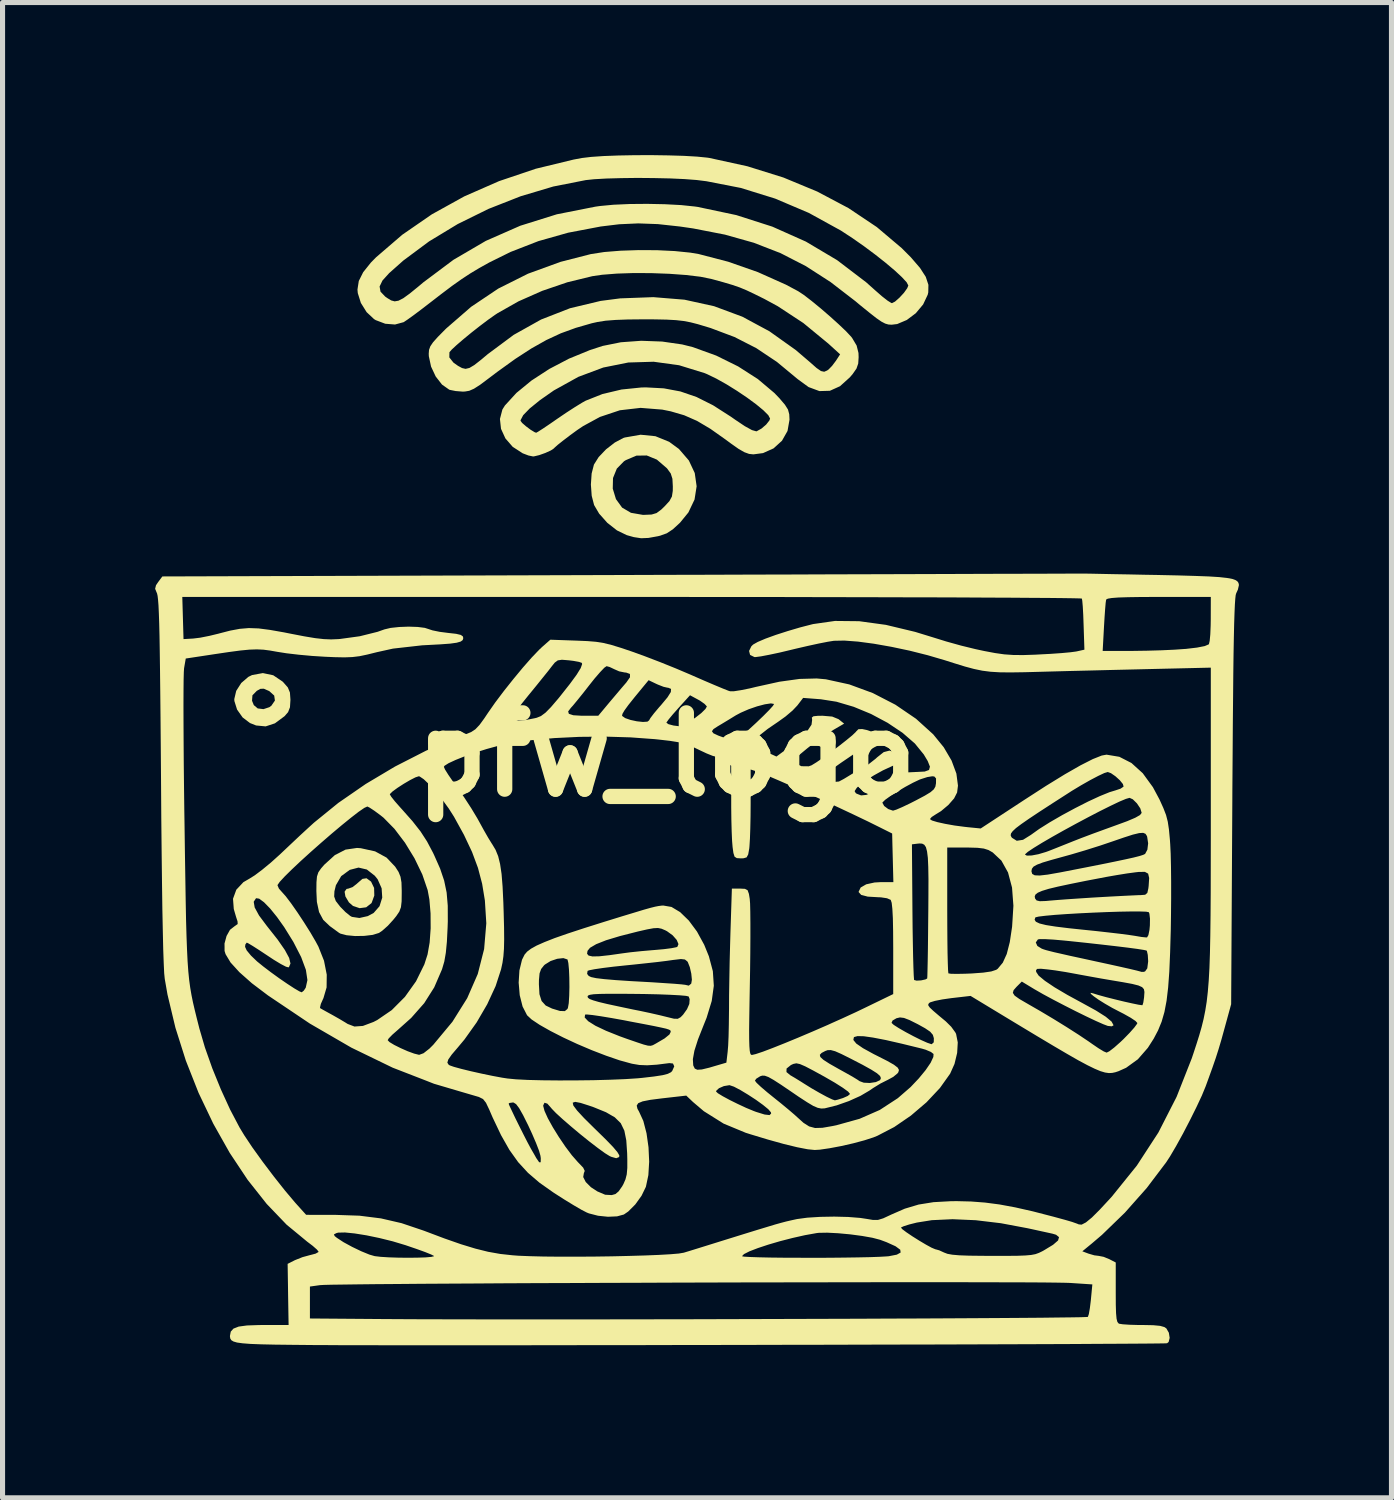
<source format=kicad_pcb>
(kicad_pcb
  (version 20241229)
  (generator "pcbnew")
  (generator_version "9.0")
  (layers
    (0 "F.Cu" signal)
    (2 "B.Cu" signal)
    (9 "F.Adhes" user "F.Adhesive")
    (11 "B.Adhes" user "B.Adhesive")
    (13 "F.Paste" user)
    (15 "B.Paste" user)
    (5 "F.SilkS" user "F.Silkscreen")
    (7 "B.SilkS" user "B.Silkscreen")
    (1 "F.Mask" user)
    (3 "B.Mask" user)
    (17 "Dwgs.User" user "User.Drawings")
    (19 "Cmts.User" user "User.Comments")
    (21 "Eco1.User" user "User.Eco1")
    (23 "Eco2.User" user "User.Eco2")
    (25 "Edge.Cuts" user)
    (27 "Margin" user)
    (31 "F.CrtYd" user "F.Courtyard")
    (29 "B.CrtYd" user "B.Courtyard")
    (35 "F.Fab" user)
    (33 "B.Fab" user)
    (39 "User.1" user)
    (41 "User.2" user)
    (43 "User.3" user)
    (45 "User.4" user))
  (footprint "pfw_logo"
    (layer "F.Cu")
    (at 10.051 11.787)
    (property "Reference" "pfw_logo" (at 0 0 0) (layer "F.SilkS") (effects (font (size 1.5 1.5) (thickness 0.3))))
    (attr board_only exclude_from_pos_files exclude_from_bom)
    (fp_poly (pts (xy -5.813 2.49) (xy -5.804 2.499) (xy -5.746 2.62) (xy -5.742 2.77) (xy -5.793 2.91) (xy -5.8 2.921) (xy -5.902 3.001) (xy -6.031 3.018) (xy -6.161 2.974) (xy -6.241 2.904) (xy -6.31 2.788) (xy -6.326 2.694) (xy -6.288 2.64) (xy -6.251 2.633) (xy -6.17 2.604) (xy -6.079 2.533) (xy -6.074 2.527) (xy -5.975 2.442) (xy -5.895 2.43)) (stroke (width 0) (type solid)) (fill yes) (layer "F.SilkS"))
    (fp_poly (pts (xy -7.729 -1.561) (xy -7.545 -1.437) (xy -7.532 -1.424) (xy -7.442 -1.321) (xy -7.401 -1.222) (xy -7.391 -1.085) (xy -7.391 -1.074) (xy -7.4 -0.932) (xy -7.437 -0.836) (xy -7.507 -0.756) (xy -7.696 -0.616) (xy -7.878 -0.556) (xy -8.066 -0.574) (xy -8.187 -0.622) (xy -8.331 -0.732) (xy -8.44 -0.886) (xy -8.493 -1.055) (xy -8.493 -1.06) (xy -8.146 -1.06) (xy -8.111 -0.974) (xy -8.034 -0.909) (xy -7.921 -0.895) (xy -7.804 -0.934) (xy -7.766 -0.962) (xy -7.696 -1.064) (xy -7.71 -1.162) (xy -7.805 -1.248) (xy -7.819 -1.255) (xy -7.915 -1.297) (xy -7.982 -1.294) (xy -8.052 -1.255) (xy -8.138 -1.167) (xy -8.146 -1.06) (xy -8.493 -1.06) (xy -8.495 -1.092) (xy -8.457 -1.254) (xy -8.358 -1.409) (xy -8.219 -1.529) (xy -8.146 -1.565) (xy -7.933 -1.604)) (stroke (width 0) (type solid)) (fill yes) (layer "F.SilkS"))
    (fp_poly (pts (xy -0.215 -6.261) (xy 0.055 -6.151) (xy 0.248 -6.009) (xy 0.442 -5.784) (xy 0.558 -5.537) (xy 0.595 -5.277) (xy 0.554 -5.016) (xy 0.433 -4.762) (xy 0.269 -4.561) (xy 0.128 -4.431) (xy 0.008 -4.352) (xy -0.123 -4.305) (xy -0.169 -4.294) (xy -0.353 -4.261) (xy -0.496 -4.255) (xy -0.64 -4.277) (xy -0.779 -4.316) (xy -0.971 -4.409) (xy -1.161 -4.558) (xy -1.322 -4.739) (xy -1.421 -4.908) (xy -1.468 -5.09) (xy -1.478 -5.23) (xy -1.054 -5.23) (xy -0.991 -5.024) (xy -0.87 -4.857) (xy -0.696 -4.755) (xy -0.465 -4.715) (xy -0.43 -4.715) (xy -0.29 -4.721) (xy -0.193 -4.75) (xy -0.101 -4.818) (xy -0.037 -4.88) (xy 0.06 -4.985) (xy 0.109 -5.075) (xy 0.126 -5.186) (xy 0.127 -5.274) (xy 0.119 -5.424) (xy 0.086 -5.528) (xy 0.016 -5.624) (xy 0.006 -5.635) (xy -0.187 -5.801) (xy -0.385 -5.882) (xy -0.589 -5.879) (xy -0.798 -5.79) (xy -0.833 -5.768) (xy -0.974 -5.624) (xy -1.049 -5.439) (xy -1.054 -5.23) (xy -1.478 -5.23) (xy -1.484 -5.31) (xy -1.469 -5.528) (xy -1.424 -5.703) (xy -1.331 -5.851) (xy -1.186 -6.003) (xy -1.015 -6.136) (xy -0.847 -6.226) (xy -0.815 -6.236) (xy -0.506 -6.29)) (stroke (width 0) (type solid)) (fill yes) (layer "F.SilkS"))
    (fp_poly (pts (xy -6.009 1.839) (xy -5.727 1.901) (xy -5.501 2.024) (xy -5.332 2.202) (xy -5.265 2.306) (xy -5.227 2.4) (xy -5.208 2.512) (xy -5.203 2.674) (xy -5.203 2.716) (xy -5.205 2.885) (xy -5.218 2.999) (xy -5.25 3.085) (xy -5.31 3.174) (xy -5.366 3.243) (xy -5.476 3.364) (xy -5.588 3.463) (xy -5.65 3.505) (xy -5.773 3.543) (xy -5.94 3.563) (xy -6.121 3.566) (xy -6.287 3.55) (xy -6.409 3.518) (xy -6.435 3.503) (xy -6.538 3.428) (xy -6.616 3.371) (xy -6.746 3.248) (xy -6.828 3.095) (xy -6.871 2.895) (xy -6.876 2.789) (xy -6.531 2.789) (xy -6.499 2.878) (xy -6.415 2.986) (xy -6.41 2.992) (xy -6.31 3.094) (xy -6.216 3.17) (xy -6.182 3.189) (xy -6.035 3.211) (xy -5.87 3.174) (xy -5.755 3.112) (xy -5.639 2.979) (xy -5.586 2.81) (xy -5.598 2.627) (xy -5.676 2.451) (xy -5.733 2.38) (xy -5.889 2.258) (xy -6.052 2.22) (xy -6.225 2.265) (xy -6.393 2.388) (xy -6.497 2.567) (xy -6.526 2.686) (xy -6.531 2.789) (xy -6.876 2.789) (xy -6.881 2.682) (xy -6.879 2.509) (xy -6.869 2.395) (xy -6.842 2.313) (xy -6.79 2.238) (xy -6.725 2.163) (xy -6.518 1.975) (xy -6.308 1.867) (xy -6.083 1.834)) (stroke (width 0) (type solid)) (fill yes) (layer "F.SilkS"))
    (fp_poly (pts (xy -0.083 -8.122) (xy 0.311 -8.065) (xy 0.522 -8.012) (xy 0.98 -7.846) (xy 1.411 -7.633) (xy 1.798 -7.385) (xy 2.123 -7.111) (xy 2.224 -7.006) (xy 2.331 -6.88) (xy 2.391 -6.785) (xy 2.416 -6.692) (xy 2.421 -6.585) (xy 2.382 -6.364) (xy 2.273 -6.172) (xy 2.108 -6.022) (xy 1.901 -5.929) (xy 1.711 -5.904) (xy 1.626 -5.913) (xy 1.535 -5.946) (xy 1.422 -6.01) (xy 1.27 -6.117) (xy 1.163 -6.196) (xy 0.866 -6.406) (xy 0.603 -6.562) (xy 0.35 -6.673) (xy 0.086 -6.75) (xy -0.082 -6.784) (xy -0.507 -6.818) (xy -0.914 -6.771) (xy -1.306 -6.64) (xy -1.635 -6.461) (xy -1.754 -6.381) (xy -1.891 -6.281) (xy -2.025 -6.179) (xy -2.136 -6.091) (xy -2.203 -6.031) (xy -2.21 -6.022) (xy -2.271 -5.981) (xy -2.379 -5.932) (xy -2.5 -5.889) (xy -2.6 -5.865) (xy -2.621 -5.863) (xy -2.712 -5.882) (xy -2.825 -5.925) (xy -3.021 -6.052) (xy -3.165 -6.218) (xy -3.251 -6.406) (xy -3.268 -6.564) (xy -2.867 -6.564) (xy -2.836 -6.522) (xy -2.76 -6.456) (xy -2.669 -6.388) (xy -2.59 -6.34) (xy -2.559 -6.329) (xy -2.518 -6.352) (xy -2.423 -6.413) (xy -2.288 -6.504) (xy -2.151 -6.599) (xy -1.973 -6.72) (xy -1.8 -6.832) (xy -1.657 -6.92) (xy -1.587 -6.959) (xy -1.257 -7.09) (xy -0.882 -7.179) (xy -0.492 -7.219) (xy -0.403 -7.221) (xy -0.05 -7.202) (xy 0.276 -7.141) (xy 0.593 -7.032) (xy 0.918 -6.869) (xy 1.271 -6.643) (xy 1.352 -6.586) (xy 1.543 -6.458) (xy 1.683 -6.381) (xy 1.768 -6.357) (xy 1.777 -6.359) (xy 1.87 -6.411) (xy 1.963 -6.491) (xy 2.026 -6.571) (xy 2.039 -6.608) (xy 2.004 -6.674) (xy 1.907 -6.771) (xy 1.764 -6.889) (xy 1.586 -7.02) (xy 1.387 -7.154) (xy 1.181 -7.282) (xy 0.981 -7.394) (xy 0.801 -7.481) (xy 0.753 -7.501) (xy 0.251 -7.656) (xy -0.25 -7.725) (xy -0.748 -7.71) (xy -1.241 -7.611) (xy -1.73 -7.428) (xy -2.212 -7.161) (xy -2.485 -6.97) (xy -2.687 -6.806) (xy -2.815 -6.674) (xy -2.866 -6.577) (xy -2.867 -6.564) (xy -3.268 -6.564) (xy -3.272 -6.6) (xy -3.224 -6.785) (xy -3.175 -6.864) (xy -2.948 -7.112) (xy -2.652 -7.355) (xy -2.302 -7.583) (xy -1.914 -7.786) (xy -1.504 -7.954) (xy -1.252 -8.036) (xy -0.895 -8.108) (xy -0.495 -8.137)) (stroke (width 0) (type solid)) (fill yes) (layer "F.SilkS"))
    (fp_poly (pts (xy -0.181 -9.918) (xy 0.166 -9.901) (xy 0.472 -9.87) (xy 0.637 -9.842) (xy 1.217 -9.691) (xy 1.799 -9.487) (xy 2.349 -9.241) (xy 2.591 -9.112) (xy 2.703 -9.038) (xy 2.856 -8.92) (xy 3.033 -8.775) (xy 3.216 -8.617) (xy 3.389 -8.461) (xy 3.534 -8.323) (xy 3.634 -8.216) (xy 3.653 -8.191) (xy 3.741 -8.043) (xy 3.777 -7.897) (xy 3.78 -7.815) (xy 3.772 -7.69) (xy 3.738 -7.591) (xy 3.664 -7.485) (xy 3.608 -7.419) (xy 3.414 -7.244) (xy 3.215 -7.154) (xy 3.009 -7.148) (xy 2.796 -7.227) (xy 2.582 -7.383) (xy 2.173 -7.722) (xy 1.767 -7.993) (xy 1.34 -8.211) (xy 0.869 -8.388) (xy 0.62 -8.463) (xy 0.476 -8.5) (xy 0.339 -8.526) (xy 0.189 -8.543) (xy 0.008 -8.553) (xy -0.224 -8.558) (xy -0.446 -8.559) (xy -0.756 -8.556) (xy -0.999 -8.547) (xy -1.193 -8.532) (xy -1.353 -8.507) (xy -1.465 -8.482) (xy -1.781 -8.391) (xy -2.075 -8.284) (xy -2.361 -8.151) (xy -2.654 -7.986) (xy -2.97 -7.781) (xy -3.324 -7.526) (xy -3.5 -7.393) (xy -3.663 -7.271) (xy -3.782 -7.195) (xy -3.875 -7.154) (xy -3.963 -7.139) (xy -4.009 -7.138) (xy -4.143 -7.149) (xy -4.253 -7.171) (xy -4.269 -7.176) (xy -4.411 -7.276) (xy -4.535 -7.435) (xy -4.626 -7.629) (xy -4.665 -7.81) (xy -4.267 -7.81) (xy -4.186 -7.708) (xy -4.096 -7.644) (xy -4.017 -7.601) (xy -3.948 -7.585) (xy -3.872 -7.603) (xy -3.776 -7.66) (xy -3.643 -7.764) (xy -3.512 -7.874) (xy -3.001 -8.254) (xy -2.463 -8.555) (xy -1.894 -8.777) (xy -1.292 -8.921) (xy -0.907 -8.971) (xy -0.257 -8.995) (xy 0.356 -8.945) (xy 0.938 -8.817) (xy 1.493 -8.611) (xy 2.026 -8.324) (xy 2.543 -7.956) (xy 2.825 -7.715) (xy 2.953 -7.602) (xy 3.04 -7.542) (xy 3.103 -7.528) (xy 3.161 -7.553) (xy 3.189 -7.573) (xy 3.258 -7.644) (xy 3.334 -7.745) (xy 3.336 -7.748) (xy 3.416 -7.871) (xy 3.184 -8.082) (xy 2.693 -8.486) (xy 2.191 -8.816) (xy 1.924 -8.961) (xy 1.73 -9.057) (xy 1.578 -9.129) (xy 1.444 -9.185) (xy 1.302 -9.234) (xy 1.127 -9.286) (xy 0.895 -9.35) (xy 0.892 -9.351) (xy 0.672 -9.396) (xy 0.388 -9.43) (xy 0.061 -9.454) (xy -0.289 -9.467) (xy -0.64 -9.469) (xy -0.972 -9.458) (xy -1.264 -9.435) (xy -1.456 -9.407) (xy -1.948 -9.287) (xy -2.44 -9.119) (xy -2.906 -8.913) (xy -3.318 -8.68) (xy -3.368 -8.647) (xy -3.505 -8.55) (xy -3.664 -8.43) (xy -3.831 -8.299) (xy -3.989 -8.169) (xy -4.124 -8.053) (xy -4.221 -7.963) (xy -4.265 -7.912) (xy -4.265 -7.911) (xy -4.267 -7.81) (xy -4.665 -7.81) (xy -4.67 -7.834) (xy -4.672 -7.884) (xy -4.666 -7.959) (xy -4.641 -8.028) (xy -4.587 -8.108) (xy -4.493 -8.213) (xy -4.349 -8.359) (xy -4.322 -8.385) (xy -3.837 -8.806) (xy -3.305 -9.163) (xy -2.72 -9.456) (xy -2.08 -9.689) (xy -1.487 -9.841) (xy -1.223 -9.882) (xy -0.901 -9.908) (xy -0.545 -9.92)) (stroke (width 0) (type solid)) (fill yes) (layer "F.SilkS"))
    (fp_poly (pts (xy 0.039 -11.782) (xy 0.343 -11.773) (xy 0.603 -11.758) (xy 0.803 -11.738) (xy 0.849 -11.731) (xy 1.593 -11.568) (xy 2.301 -11.347) (xy 2.966 -11.071) (xy 3.58 -10.746) (xy 4.137 -10.373) (xy 4.628 -9.958) (xy 4.808 -9.777) (xy 4.987 -9.569) (xy 5.1 -9.394) (xy 5.152 -9.237) (xy 5.149 -9.087) (xy 5.138 -9.042) (xy 5.048 -8.851) (xy 4.904 -8.679) (xy 4.727 -8.546) (xy 4.538 -8.466) (xy 4.429 -8.453) (xy 4.366 -8.457) (xy 4.303 -8.475) (xy 4.228 -8.514) (xy 4.128 -8.583) (xy 3.993 -8.689) (xy 3.809 -8.838) (xy 3.717 -8.915) (xy 3.228 -9.292) (xy 2.742 -9.605) (xy 2.245 -9.86) (xy 1.72 -10.064) (xy 1.152 -10.224) (xy 0.526 -10.346) (xy 0.264 -10.384) (xy -0.167 -10.431) (xy -0.553 -10.445) (xy -0.927 -10.428) (xy -1.29 -10.384) (xy -1.931 -10.262) (xy -2.514 -10.097) (xy -3.062 -9.884) (xy -3.483 -9.676) (xy -3.68 -9.566) (xy -3.855 -9.461) (xy -4.027 -9.348) (xy -4.215 -9.215) (xy -4.436 -9.048) (xy -4.63 -8.898) (xy -4.804 -8.764) (xy -4.961 -8.646) (xy -5.086 -8.556) (xy -5.162 -8.505) (xy -5.169 -8.502) (xy -5.335 -8.457) (xy -5.527 -8.472) (xy -5.714 -8.543) (xy -5.748 -8.564) (xy -5.893 -8.7) (xy -6.006 -8.881) (xy -6.067 -9.075) (xy -6.073 -9.144) (xy -6.064 -9.204) (xy -5.638 -9.204) (xy -5.62 -9.103) (xy -5.529 -9.007) (xy -5.485 -8.976) (xy -5.411 -8.931) (xy -5.342 -8.912) (xy -5.267 -8.925) (xy -5.172 -8.974) (xy -5.045 -9.066) (xy -4.873 -9.206) (xy -4.778 -9.286) (xy -4.186 -9.729) (xy -3.55 -10.101) (xy -2.872 -10.399) (xy -2.153 -10.624) (xy -1.395 -10.774) (xy -1.303 -10.787) (xy -1.038 -10.812) (xy -0.721 -10.826) (xy -0.376 -10.829) (xy -0.03 -10.822) (xy 0.29 -10.805) (xy 0.559 -10.777) (xy 0.616 -10.769) (xy 1.376 -10.608) (xy 2.084 -10.381) (xy 2.743 -10.087) (xy 3.356 -9.723) (xy 3.926 -9.289) (xy 4.111 -9.124) (xy 4.239 -9.012) (xy 4.349 -8.926) (xy 4.422 -8.881) (xy 4.436 -8.877) (xy 4.496 -8.908) (xy 4.582 -8.984) (xy 4.67 -9.079) (xy 4.735 -9.17) (xy 4.757 -9.224) (xy 4.724 -9.287) (xy 4.631 -9.388) (xy 4.49 -9.519) (xy 4.311 -9.67) (xy 4.106 -9.832) (xy 3.886 -9.996) (xy 3.662 -10.153) (xy 3.445 -10.295) (xy 3.433 -10.303) (xy 2.801 -10.651) (xy 2.14 -10.932) (xy 1.464 -11.142) (xy 0.787 -11.274) (xy 0.595 -11.298) (xy 0.359 -11.316) (xy 0.074 -11.329) (xy -0.243 -11.336) (xy -0.571 -11.339) (xy -0.89 -11.335) (xy -1.181 -11.327) (xy -1.425 -11.313) (xy -1.585 -11.296) (xy -2.223 -11.17) (xy -2.866 -10.978) (xy -3.497 -10.73) (xy -4.102 -10.432) (xy -4.665 -10.091) (xy -5.172 -9.714) (xy -5.451 -9.466) (xy -5.582 -9.321) (xy -5.638 -9.204) (xy -6.064 -9.204) (xy -6.047 -9.313) (xy -5.961 -9.485) (xy -5.809 -9.675) (xy -5.708 -9.778) (xy -5.192 -10.222) (xy -4.611 -10.623) (xy -3.973 -10.976) (xy -3.289 -11.276) (xy -2.569 -11.519) (xy -1.823 -11.7) (xy -1.657 -11.731) (xy -1.48 -11.752) (xy -1.236 -11.769) (xy -0.944 -11.78) (xy -0.622 -11.786) (xy -0.288 -11.787)) (stroke (width 0) (type solid)) (fill yes) (layer "F.SilkS"))
    (fp_poly (pts (xy 8.228 -3.56) (xy 8.354 -3.558) (xy 8.544 -3.554) (xy 8.789 -3.549) (xy 9.078 -3.544) (xy 9.4 -3.537) (xy 9.642 -3.533) (xy 10.057 -3.524) (xy 10.395 -3.514) (xy 10.663 -3.504) (xy 10.87 -3.491) (xy 11.023 -3.474) (xy 11.13 -3.454) (xy 11.199 -3.428) (xy 11.238 -3.396) (xy 11.254 -3.357) (xy 11.256 -3.33) (xy 11.236 -3.244) (xy 11.203 -3.172) (xy 11.193 -3.137) (xy 11.185 -3.064) (xy 11.177 -2.948) (xy 11.17 -2.786) (xy 11.163 -2.574) (xy 11.157 -2.307) (xy 11.151 -1.981) (xy 11.146 -1.592) (xy 11.142 -1.136) (xy 11.137 -0.609) (xy 11.133 -0.006) (xy 11.128 0.676) (xy 11.127 0.913) (xy 11.104 4.906) (xy 10.97 5.394) (xy 10.91 5.611) (xy 10.856 5.793) (xy 10.801 5.965) (xy 10.736 6.153) (xy 10.653 6.383) (xy 10.603 6.52) (xy 10.529 6.7) (xy 10.422 6.929) (xy 10.294 7.186) (xy 10.158 7.448) (xy 10.023 7.693) (xy 9.902 7.899) (xy 9.827 8.014) (xy 9.444 8.52) (xy 9.015 9.004) (xy 8.565 9.44) (xy 8.368 9.608) (xy 8.178 9.764) (xy 8.297 9.809) (xy 8.413 9.843) (xy 8.5 9.854) (xy 8.597 9.873) (xy 8.709 9.919) (xy 8.835 9.984) (xy 8.835 10.573) (xy 8.836 10.813) (xy 8.841 10.98) (xy 8.851 11.089) (xy 8.867 11.152) (xy 8.892 11.183) (xy 8.902 11.188) (xy 8.972 11.199) (xy 9.105 11.208) (xy 9.276 11.213) (xy 9.366 11.213) (xy 9.571 11.217) (xy 9.708 11.23) (xy 9.792 11.254) (xy 9.83 11.28) (xy 9.879 11.365) (xy 9.895 11.466) (xy 9.875 11.547) (xy 9.844 11.572) (xy 9.796 11.574) (xy 9.668 11.576) (xy 9.465 11.578) (xy 9.191 11.58) (xy 8.853 11.582) (xy 8.454 11.584) (xy 8 11.587) (xy 7.496 11.589) (xy 6.946 11.591) (xy 6.355 11.593) (xy 5.729 11.595) (xy 5.072 11.597) (xy 4.389 11.598) (xy 3.686 11.6) (xy 2.966 11.602) (xy 2.236 11.603) (xy 1.5 11.605) (xy 0.762 11.606) (xy 0.029 11.607) (xy -0.696 11.609) (xy -1.408 11.609) (xy -2.1 11.61) (xy -2.769 11.611) (xy -3.41 11.611) (xy -4.017 11.612) (xy -4.586 11.612) (xy -5.111 11.611) (xy -5.589 11.611) (xy -6.013 11.61) (xy -6.379 11.61) (xy -6.682 11.608) (xy -6.917 11.607) (xy -6.941 11.607) (xy -7.357 11.603) (xy -7.697 11.599) (xy -7.967 11.593) (xy -8.176 11.585) (xy -8.331 11.573) (xy -8.44 11.558) (xy -8.512 11.537) (xy -8.554 11.511) (xy -8.574 11.478) (xy -8.58 11.438) (xy -8.58 11.427) (xy -8.564 11.343) (xy -8.511 11.284) (xy -8.408 11.244) (xy -8.245 11.222) (xy -8.012 11.214) (xy -7.926 11.213) (xy -7.427 11.213) (xy -7.437 10.612) (xy -7.439 10.457) (xy -7.008 10.457) (xy -7.008 10.771) (xy -7.008 11.085) (xy -5.575 11.096) (xy -5.239 11.098) (xy -4.846 11.1) (xy -4.4 11.101) (xy -3.907 11.102) (xy -3.371 11.103) (xy -2.799 11.103) (xy -2.196 11.103) (xy -1.566 11.103) (xy -0.916 11.102) (xy -0.251 11.101) (xy 0.425 11.1) (xy 1.105 11.098) (xy 1.784 11.096) (xy 2.458 11.094) (xy 3.121 11.092) (xy 3.766 11.09) (xy 4.39 11.087) (xy 4.987 11.085) (xy 5.551 11.082) (xy 6.078 11.079) (xy 6.561 11.076) (xy 6.996 11.073) (xy 7.376 11.07) (xy 7.698 11.066) (xy 7.955 11.063) (xy 8.143 11.06) (xy 8.255 11.056) (xy 8.287 11.054) (xy 8.306 10.998) (xy 8.326 10.883) (xy 8.345 10.731) (xy 8.346 10.719) (xy 8.375 10.415) (xy 7.936 10.386) (xy 7.843 10.383) (xy 7.671 10.38) (xy 7.427 10.377) (xy 7.116 10.375) (xy 6.744 10.374) (xy 6.315 10.373) (xy 5.836 10.372) (xy 5.311 10.372) (xy 4.747 10.372) (xy 4.148 10.372) (xy 3.519 10.373) (xy 2.868 10.374) (xy 2.197 10.375) (xy 1.514 10.376) (xy 0.824 10.378) (xy 0.132 10.38) (xy -0.557 10.383) (xy -1.237 10.385) (xy -1.903 10.388) (xy -2.549 10.39) (xy -3.17 10.393) (xy -3.76 10.397) (xy -4.315 10.4) (xy -4.828 10.403) (xy -5.294 10.407) (xy -5.708 10.41) (xy -6.064 10.414) (xy -6.358 10.418) (xy -6.583 10.421) (xy -6.734 10.425) (xy -6.805 10.429) (xy -6.807 10.429) (xy -7.008 10.457) (xy -7.439 10.457) (xy -7.446 10.011) (xy -7.302 9.938) (xy -7.154 9.879) (xy -7 9.837) (xy -6.998 9.837) (xy -6.896 9.81) (xy -6.841 9.779) (xy -6.838 9.771) (xy -6.87 9.73) (xy -6.954 9.656) (xy -7.061 9.575) (xy -7.234 9.432) (xy -6.536 9.432) (xy -6.521 9.465) (xy -6.477 9.5) (xy -6.347 9.585) (xy -6.178 9.677) (xy -5.999 9.763) (xy -5.838 9.829) (xy -5.734 9.859) (xy -5.615 9.873) (xy -5.454 9.883) (xy -5.269 9.889) (xy -5.075 9.891) (xy -4.892 9.889) (xy -4.735 9.884) (xy -4.622 9.874) (xy -4.569 9.861) (xy -4.569 9.855) (xy -4.624 9.827) (xy -4.742 9.779) (xy -4.908 9.719) (xy -5.104 9.652) (xy -5.127 9.644) (xy -5.38 9.568) (xy -5.642 9.503) (xy -5.897 9.45) (xy -6.128 9.413) (xy -6.318 9.394) (xy -6.451 9.397) (xy -6.486 9.406) (xy -6.536 9.432) (xy -7.234 9.432) (xy -7.466 9.241) (xy -7.858 8.832) (xy -8.233 8.358) (xy -8.584 7.83) (xy -8.907 7.257) (xy -9.197 6.649) (xy -9.447 6.016) (xy -9.652 5.369) (xy -9.808 4.716) (xy -9.862 4.407) (xy -9.873 4.297) (xy -9.882 4.104) (xy -9.892 3.828) (xy -9.9 3.471) (xy -9.909 3.033) (xy -9.916 2.516) (xy -9.923 1.921) (xy -9.93 1.249) (xy -9.935 0.51) (xy -9.94 -0.148) (xy -9.945 -0.725) (xy -9.95 -1.227) (xy -9.955 -1.659) (xy -9.96 -2.026) (xy -9.965 -2.331) (xy -9.971 -2.582) (xy -9.978 -2.781) (xy -9.985 -2.935) (xy -9.994 -3.047) (xy -10 -3.101) (xy -9.517 -3.101) (xy -9.505 -2.687) (xy -9.493 -2.272) (xy -9.302 -2.283) (xy -9.164 -2.3) (xy -8.983 -2.336) (xy -8.798 -2.381) (xy -8.792 -2.383) (xy -8.575 -2.439) (xy -8.387 -2.474) (xy -8.208 -2.489) (xy -8.017 -2.482) (xy -7.794 -2.453) (xy -7.516 -2.404) (xy -7.391 -2.379) (xy -7.116 -2.326) (xy -6.905 -2.291) (xy -6.736 -2.272) (xy -6.591 -2.266) (xy -6.449 -2.272) (xy -6.414 -2.275) (xy -6.028 -2.328) (xy -5.679 -2.415) (xy -5.543 -2.463) (xy -5.421 -2.492) (xy -5.253 -2.51) (xy -5.067 -2.517) (xy -4.89 -2.511) (xy -4.749 -2.493) (xy -4.687 -2.473) (xy -4.599 -2.444) (xy -4.457 -2.415) (xy -4.294 -2.394) (xy -4.134 -2.376) (xy -4.041 -2.354) (xy -4 -2.324) (xy -3.993 -2.29) (xy -4.004 -2.253) (xy -4.043 -2.224) (xy -4.122 -2.201) (xy -4.251 -2.183) (xy -4.441 -2.169) (xy -4.702 -2.155) (xy -4.8 -2.15) (xy -5.375 -2.085) (xy -5.691 -2.015) (xy -5.88 -1.968) (xy -6.032 -1.936) (xy -6.173 -1.919) (xy -6.328 -1.913) (xy -6.523 -1.917) (xy -6.71 -1.925) (xy -6.964 -1.941) (xy -7.226 -1.965) (xy -7.466 -1.993) (xy -7.645 -2.021) (xy -7.792 -2.047) (xy -7.921 -2.064) (xy -8.051 -2.07) (xy -8.196 -2.065) (xy -8.374 -2.048) (xy -8.599 -2.018) (xy -8.889 -1.975) (xy -8.961 -1.964) (xy -9.449 -1.89) (xy -9.482 -1.699) (xy -9.487 -1.625) (xy -9.491 -1.473) (xy -9.493 -1.251) (xy -9.494 -0.967) (xy -9.493 -0.628) (xy -9.491 -0.242) (xy -9.488 0.184) (xy -9.483 0.643) (xy -9.477 1.126) (xy -9.473 1.38) (xy -9.465 1.958) (xy -9.457 2.458) (xy -9.45 2.888) (xy -9.443 3.256) (xy -9.434 3.569) (xy -9.424 3.836) (xy -9.413 4.062) (xy -9.399 4.258) (xy -9.382 4.428) (xy -9.361 4.583) (xy -9.336 4.728) (xy -9.307 4.871) (xy -9.272 5.021) (xy -9.232 5.184) (xy -9.185 5.369) (xy -9.183 5.378) (xy -9.072 5.757) (xy -8.927 6.167) (xy -8.758 6.582) (xy -8.577 6.977) (xy -8.393 7.327) (xy -8.3 7.481) (xy -8.14 7.721) (xy -7.94 7.999) (xy -7.72 8.29) (xy -7.499 8.569) (xy -7.294 8.812) (xy -7.247 8.864) (xy -7.082 9.047) (xy -6.504 9.048) (xy -6.034 9.064) (xy -5.612 9.117) (xy -5.206 9.211) (xy -4.785 9.353) (xy -4.757 9.363) (xy -4.367 9.51) (xy -4.038 9.625) (xy -3.756 9.711) (xy -3.503 9.774) (xy -3.266 9.816) (xy -3.028 9.842) (xy -2.91 9.851) (xy -2.685 9.86) (xy -2.411 9.867) (xy -2.1 9.87) (xy -1.765 9.87) (xy -1.418 9.868) (xy -1.07 9.863) (xy -0.984 9.861) (xy 1.487 9.861) (xy 1.527 9.869) (xy 1.641 9.876) (xy 1.816 9.882) (xy 2.04 9.887) (xy 2.302 9.89) (xy 2.59 9.891) (xy 2.892 9.892) (xy 3.196 9.891) (xy 3.49 9.888) (xy 3.763 9.884) (xy 4.003 9.879) (xy 4.198 9.872) (xy 4.336 9.864) (xy 4.372 9.861) (xy 4.531 9.83) (xy 4.606 9.788) (xy 4.598 9.733) (xy 4.506 9.665) (xy 4.329 9.585) (xy 4.2 9.537) (xy 4.051 9.498) (xy 3.848 9.462) (xy 3.615 9.431) (xy 3.378 9.409) (xy 3.163 9.398) (xy 2.997 9.401) (xy 2.954 9.406) (xy 2.725 9.447) (xy 2.481 9.502) (xy 2.236 9.565) (xy 2.004 9.633) (xy 1.799 9.701) (xy 1.635 9.764) (xy 1.526 9.819) (xy 1.487 9.86) (xy 1.487 9.861) (xy -0.984 9.861) (xy -0.735 9.855) (xy -0.423 9.846) (xy -0.148 9.835) (xy 0.079 9.822) (xy 0.245 9.808) (xy 0.339 9.792) (xy 0.34 9.792) (xy 0.446 9.76) (xy 0.614 9.708) (xy 0.826 9.642) (xy 1.063 9.568) (xy 1.211 9.522) (xy 1.536 9.421) (xy 1.792 9.342) (xy 1.941 9.297) (xy 4.612 9.297) (xy 4.638 9.329) (xy 4.719 9.39) (xy 4.836 9.469) (xy 4.971 9.554) (xy 5.104 9.633) (xy 5.216 9.694) (xy 5.29 9.725) (xy 5.301 9.727) (xy 5.365 9.745) (xy 5.461 9.789) (xy 5.464 9.79) (xy 5.527 9.814) (xy 5.622 9.831) (xy 5.761 9.843) (xy 5.955 9.85) (xy 6.215 9.853) (xy 6.406 9.854) (xy 6.69 9.854) (xy 6.903 9.852) (xy 7.059 9.846) (xy 7.172 9.836) (xy 7.256 9.82) (xy 7.325 9.795) (xy 7.393 9.762) (xy 7.425 9.744) (xy 7.603 9.636) (xy 7.701 9.551) (xy 7.72 9.486) (xy 7.662 9.439) (xy 7.593 9.418) (xy 7.511 9.4) (xy 7.369 9.369) (xy 7.192 9.33) (xy 7.093 9.309) (xy 6.577 9.212) (xy 6.083 9.153) (xy 5.626 9.133) (xy 5.219 9.152) (xy 4.925 9.199) (xy 4.777 9.236) (xy 4.666 9.271) (xy 4.613 9.296) (xy 4.612 9.297) (xy 1.941 9.297) (xy 1.99 9.282) (xy 2.142 9.236) (xy 2.261 9.203) (xy 2.356 9.178) (xy 2.442 9.158) (xy 2.528 9.139) (xy 2.57 9.13) (xy 2.77 9.103) (xy 3.024 9.087) (xy 3.302 9.082) (xy 3.575 9.089) (xy 3.813 9.108) (xy 3.938 9.127) (xy 4.064 9.148) (xy 4.161 9.147) (xy 4.263 9.116) (xy 4.403 9.051) (xy 4.415 9.045) (xy 4.688 8.926) (xy 4.959 8.845) (xy 5.252 8.798) (xy 5.594 8.779) (xy 5.713 8.778) (xy 5.992 8.785) (xy 6.266 8.806) (xy 6.549 8.843) (xy 6.857 8.9) (xy 7.206 8.979) (xy 7.612 9.084) (xy 7.843 9.147) (xy 7.976 9.186) (xy 8.075 9.221) (xy 8.108 9.235) (xy 8.164 9.24) (xy 8.249 9.196) (xy 8.367 9.099) (xy 8.523 8.943) (xy 8.725 8.725) (xy 8.757 8.69) (xy 9.249 8.08) (xy 9.673 7.429) (xy 10.031 6.728) (xy 10.329 5.972) (xy 10.363 5.871) (xy 10.424 5.685) (xy 10.477 5.516) (xy 10.523 5.355) (xy 10.562 5.197) (xy 10.595 5.033) (xy 10.623 4.858) (xy 10.645 4.664) (xy 10.663 4.444) (xy 10.677 4.192) (xy 10.687 3.899) (xy 10.694 3.56) (xy 10.699 3.167) (xy 10.702 2.714) (xy 10.703 2.192) (xy 10.704 1.596) (xy 10.704 1.288) (xy 10.704 -1.711) (xy 9.546 -1.684) (xy 9.166 -1.675) (xy 8.745 -1.665) (xy 8.313 -1.654) (xy 7.896 -1.644) (xy 7.524 -1.634) (xy 7.379 -1.63) (xy 7.043 -1.621) (xy 6.774 -1.617) (xy 6.558 -1.619) (xy 6.375 -1.63) (xy 6.211 -1.651) (xy 6.048 -1.685) (xy 5.869 -1.733) (xy 5.658 -1.798) (xy 5.479 -1.855) (xy 5.142 -1.954) (xy 4.785 -2.044) (xy 4.426 -2.12) (xy 4.081 -2.181) (xy 3.766 -2.223) (xy 3.499 -2.243) (xy 3.295 -2.239) (xy 3.294 -2.239) (xy 3.175 -2.22) (xy 2.996 -2.185) (xy 2.776 -2.137) (xy 2.539 -2.082) (xy 2.452 -2.061) (xy 2.226 -2.007) (xy 2.023 -1.964) (xy 1.861 -1.933) (xy 1.755 -1.919) (xy 1.731 -1.919) (xy 1.646 -1.961) (xy 1.626 -2.039) (xy 1.671 -2.131) (xy 1.706 -2.165) (xy 1.796 -2.216) (xy 1.951 -2.282) (xy 2.153 -2.355) (xy 2.386 -2.43) (xy 2.63 -2.502) (xy 2.87 -2.564) (xy 2.888 -2.568) (xy 3.315 -2.629) (xy 3.791 -2.624) (xy 4.316 -2.552) (xy 4.891 -2.414) (xy 5.246 -2.305) (xy 5.504 -2.225) (xy 5.795 -2.144) (xy 6.077 -2.075) (xy 6.244 -2.039) (xy 6.461 -1.998) (xy 6.643 -1.972) (xy 6.818 -1.96) (xy 7.013 -1.958) (xy 7.258 -1.966) (xy 7.327 -1.97) (xy 7.557 -1.982) (xy 7.769 -1.997) (xy 7.942 -2.013) (xy 8.055 -2.028) (xy 8.07 -2.031) (xy 8.106 -2.039) (xy 8.578 -2.039) (xy 9.184 -2.04) (xy 9.45 -2.044) (xy 9.731 -2.052) (xy 9.993 -2.064) (xy 10.204 -2.079) (xy 10.211 -2.079) (xy 10.432 -2.105) (xy 10.585 -2.135) (xy 10.662 -2.168) (xy 10.667 -2.173) (xy 10.682 -2.238) (xy 10.694 -2.366) (xy 10.701 -2.538) (xy 10.703 -2.665) (xy 10.704 -3.101) (xy 9.683 -3.101) (xy 9.344 -3.1) (xy 9.081 -3.096) (xy 8.888 -3.09) (xy 8.757 -3.08) (xy 8.679 -3.067) (xy 8.647 -3.05) (xy 8.646 -3.048) (xy 8.637 -2.986) (xy 8.626 -2.858) (xy 8.614 -2.685) (xy 8.604 -2.517) (xy 8.578 -2.039) (xy 8.106 -2.039) (xy 8.219 -2.064) (xy 8.203 -2.55) (xy 8.196 -2.746) (xy 8.187 -2.91) (xy 8.177 -3.024) (xy 8.169 -3.069) (xy 8.125 -3.072) (xy 8.001 -3.075) (xy 7.799 -3.078) (xy 7.524 -3.081) (xy 7.18 -3.083) (xy 6.771 -3.086) (xy 6.301 -3.088) (xy 5.773 -3.091) (xy 5.192 -3.093) (xy 4.562 -3.094) (xy 3.886 -3.096) (xy 3.169 -3.097) (xy 2.415 -3.099) (xy 1.626 -3.1) (xy 0.809 -3.1) (xy -0.035 -3.101) (xy -0.684 -3.101) (xy -9.517 -3.101) (xy -10 -3.101) (xy -10.003 -3.124) (xy -10.013 -3.169) (xy -10.018 -3.18) (xy -10.051 -3.261) (xy -10.034 -3.331) (xy -9.992 -3.393) (xy -9.909 -3.504) (xy -0.887 -3.532) (xy -0.018 -3.535) (xy 0.829 -3.537) (xy 1.65 -3.54) (xy 2.441 -3.542) (xy 3.197 -3.545) (xy 3.915 -3.547) (xy 4.592 -3.549) (xy 5.222 -3.551) (xy 5.802 -3.553) (xy 6.329 -3.555) (xy 6.797 -3.556) (xy 7.204 -3.557) (xy 7.546 -3.558) (xy 7.817 -3.559) (xy 8.016 -3.56) (xy 8.137 -3.56) (xy 8.176 -3.56)) (stroke (width 0) (type solid)) (fill yes) (layer "F.SilkS"))
    (fp_poly (pts (xy -1.767 -2.242) (xy -1.553 -2.233) (xy -1.384 -2.219) (xy -1.233 -2.195) (xy -1.076 -2.156) (xy -0.887 -2.098) (xy -0.68 -2.028) (xy -0.423 -1.935) (xy -0.123 -1.82) (xy 0.187 -1.695) (xy 0.472 -1.574) (xy 0.531 -1.548) (xy 0.751 -1.452) (xy 0.95 -1.367) (xy 1.111 -1.3) (xy 1.219 -1.257) (xy 1.254 -1.246) (xy 1.33 -1.247) (xy 1.466 -1.268) (xy 1.64 -1.303) (xy 1.764 -1.333) (xy 2.222 -1.434) (xy 2.618 -1.489) (xy 2.956 -1.498) (xy 3.136 -1.482) (xy 3.597 -1.381) (xy 4.059 -1.211) (xy 4.503 -0.982) (xy 4.908 -0.706) (xy 5.246 -0.4) (xy 5.453 -0.146) (xy 5.607 0.116) (xy 5.702 0.372) (xy 5.733 0.609) (xy 5.716 0.744) (xy 5.657 0.86) (xy 5.543 0.99) (xy 5.4 1.11) (xy 5.299 1.172) (xy 5.217 1.225) (xy 5.182 1.266) (xy 5.182 1.267) (xy 5.221 1.294) (xy 5.327 1.326) (xy 5.481 1.36) (xy 5.666 1.393) (xy 5.864 1.419) (xy 5.926 1.426) (xy 6.18 1.451) (xy 7.03 0.894) (xy 7.465 0.613) (xy 7.836 0.385) (xy 8.142 0.21) (xy 8.384 0.087) (xy 8.56 0.017) (xy 8.654 0) (xy 8.906 0.042) (xy 9.144 0.164) (xy 9.366 0.365) (xy 9.566 0.64) (xy 9.695 0.881) (xy 9.771 1.049) (xy 9.824 1.186) (xy 9.858 1.318) (xy 9.881 1.472) (xy 9.9 1.675) (xy 9.906 1.763) (xy 9.915 1.947) (xy 9.921 2.199) (xy 9.924 2.499) (xy 9.924 2.829) (xy 9.921 3.172) (xy 9.917 3.44) (xy 9.904 3.89) (xy 9.888 4.266) (xy 9.865 4.579) (xy 9.834 4.84) (xy 9.792 5.06) (xy 9.737 5.25) (xy 9.667 5.421) (xy 9.581 5.584) (xy 9.475 5.75) (xy 9.465 5.765) (xy 9.27 5.989) (xy 9.039 6.156) (xy 8.89 6.223) (xy 8.826 6.244) (xy 8.764 6.257) (xy 8.699 6.26) (xy 8.624 6.249) (xy 8.533 6.222) (xy 8.419 6.174) (xy 8.276 6.104) (xy 8.097 6.008) (xy 7.877 5.882) (xy 7.608 5.724) (xy 7.283 5.53) (xy 6.898 5.298) (xy 6.569 5.099) (xy 5.981 4.743) (xy 5.6 4.787) (xy 5.425 4.812) (xy 5.28 4.841) (xy 5.188 4.869) (xy 5.17 4.88) (xy 5.15 4.904) (xy 5.15 4.931) (xy 5.179 4.972) (xy 5.248 5.037) (xy 5.365 5.137) (xy 5.494 5.244) (xy 5.6 5.349) (xy 5.68 5.459) (xy 5.696 5.49) (xy 5.729 5.657) (xy 5.717 5.864) (xy 5.665 6.08) (xy 5.579 6.272) (xy 5.378 6.554) (xy 5.114 6.835) (xy 4.808 7.096) (xy 4.48 7.321) (xy 4.151 7.492) (xy 4.07 7.525) (xy 3.894 7.582) (xy 3.674 7.641) (xy 3.437 7.695) (xy 3.209 7.738) (xy 3.017 7.766) (xy 2.916 7.772) (xy 2.777 7.758) (xy 2.571 7.718) (xy 2.308 7.654) (xy 1.999 7.568) (xy 1.658 7.465) (xy 1.56 7.434) (xy 1.126 7.254) (xy 0.737 7.01) (xy 0.525 6.83) (xy 0.391 6.703) (xy -0.085 6.757) (xy -0.313 6.786) (xy -0.466 6.816) (xy -0.553 6.852) (xy -0.583 6.899) (xy -0.568 6.963) (xy -0.538 7.016) (xy -0.453 7.201) (xy -0.39 7.444) (xy -0.351 7.719) (xy -0.338 8.002) (xy -0.354 8.267) (xy -0.401 8.489) (xy -0.404 8.499) (xy -0.488 8.672) (xy -0.611 8.843) (xy -0.75 8.982) (xy -0.836 9.041) (xy -0.969 9.077) (xy -1.148 9.085) (xy -1.343 9.065) (xy -1.522 9.019) (xy -1.564 9.002) (xy -1.669 8.948) (xy -1.825 8.857) (xy -2.011 8.743) (xy -2.206 8.618) (xy -2.227 8.604) (xy -2.496 8.414) (xy -2.721 8.221) (xy -2.914 8.011) (xy -3.086 7.77) (xy -3.25 7.481) (xy -3.417 7.13) (xy -3.483 6.977) (xy -3.538 6.862) (xy -3.101 6.862) (xy -3.083 6.907) (xy -3.035 7.008) (xy -2.968 7.149) (xy -2.889 7.308) (xy -2.808 7.469) (xy -2.735 7.612) (xy -2.678 7.719) (xy -2.66 7.752) (xy -2.598 7.859) (xy -2.557 7.932) (xy -2.501 8.013) (xy -2.471 8.013) (xy -2.469 7.934) (xy -2.476 7.884) (xy -2.503 7.788) (xy -2.561 7.638) (xy -2.639 7.456) (xy -2.716 7.289) (xy -2.818 7.085) (xy -2.895 6.949) (xy -2.927 6.907) (xy -2.421 6.907) (xy -2.396 7.003) (xy -2.33 7.149) (xy -2.232 7.326) (xy -2.113 7.518) (xy -1.985 7.707) (xy -1.858 7.876) (xy -1.743 8.007) (xy -1.726 8.025) (xy -1.635 8.12) (xy -1.605 8.184) (xy -1.622 8.228) (xy -1.635 8.304) (xy -1.585 8.402) (xy -1.483 8.504) (xy -1.358 8.586) (xy -1.203 8.652) (xy -1.074 8.659) (xy -1 8.638) (xy -0.939 8.586) (xy -0.869 8.487) (xy -0.844 8.442) (xy -0.804 8.35) (xy -0.779 8.252) (xy -0.768 8.127) (xy -0.768 7.952) (xy -0.771 7.834) (xy -0.788 7.583) (xy -0.826 7.392) (xy -0.897 7.245) (xy -1.014 7.13) (xy -1.187 7.03) (xy -1.427 6.932) (xy -1.519 6.9) (xy -1.685 6.847) (xy -1.792 6.826) (xy -1.841 6.842) (xy -1.829 6.898) (xy -1.755 6.997) (xy -1.619 7.144) (xy -1.42 7.341) (xy -1.385 7.375) (xy -1.187 7.569) (xy -1.048 7.713) (xy -0.963 7.814) (xy -0.925 7.878) (xy -0.928 7.911) (xy -0.986 7.934) (xy -1.081 7.907) (xy -1.115 7.892) (xy -1.207 7.835) (xy -1.345 7.735) (xy -1.513 7.606) (xy -1.696 7.459) (xy -1.876 7.308) (xy -2.04 7.166) (xy -2.171 7.046) (xy -2.253 6.961) (xy -2.264 6.947) (xy -2.34 6.861) (xy -2.396 6.843) (xy -2.421 6.895) (xy -2.421 6.907) (xy -2.927 6.907) (xy -2.954 6.871) (xy -3.003 6.84) (xy -3.017 6.838) (xy -3.085 6.848) (xy -3.101 6.862) (xy -3.538 6.862) (xy -3.545 6.846) (xy -3.604 6.771) (xy -3.686 6.73) (xy -3.754 6.71) (xy -4.051 6.623) (xy 0.977 6.623) (xy 1.013 6.657) (xy 1.108 6.715) (xy 1.245 6.789) (xy 1.405 6.868) (xy 1.568 6.944) (xy 1.718 7.006) (xy 1.763 7.023) (xy 1.931 7.075) (xy 2.029 7.086) (xy 2.06 7.055) (xy 2.055 7.031) (xy 2.005 6.972) (xy 1.9 6.886) (xy 1.76 6.785) (xy 1.605 6.684) (xy 1.454 6.593) (xy 1.328 6.527) (xy 1.245 6.499) (xy 1.24 6.498) (xy 1.131 6.516) (xy 1.034 6.558) (xy 0.98 6.609) (xy 0.977 6.623) (xy -4.051 6.623) (xy -4.569 6.47) (xy -4.724 6.409) (xy 1.741 6.409) (xy 1.773 6.451) (xy 1.858 6.531) (xy 1.982 6.637) (xy 2.092 6.726) (xy 2.254 6.856) (xy 2.405 6.981) (xy 2.524 7.083) (xy 2.57 7.125) (xy 2.697 7.239) (xy 2.807 7.309) (xy 2.923 7.34) (xy 3.068 7.336) (xy 3.264 7.302) (xy 3.342 7.286) (xy 3.799 7.159) (xy 4.196 6.985) (xy 4.55 6.754) (xy 4.802 6.535) (xy 4.962 6.366) (xy 5.097 6.202) (xy 5.196 6.057) (xy 5.249 5.943) (xy 5.253 5.885) (xy 5.202 5.845) (xy 5.098 5.801) (xy 5.027 5.78) (xy 4.631 5.683) (xy 4.312 5.61) (xy 4.063 5.562) (xy 3.881 5.536) (xy 3.759 5.533) (xy 3.693 5.551) (xy 3.687 5.555) (xy 3.676 5.609) (xy 3.734 5.68) (xy 3.866 5.771) (xy 4.075 5.886) (xy 4.141 5.919) (xy 4.342 6.021) (xy 4.474 6.096) (xy 4.548 6.153) (xy 4.573 6.199) (xy 4.56 6.245) (xy 4.543 6.267) (xy 4.462 6.334) (xy 4.347 6.397) (xy 4.332 6.404) (xy 4.209 6.466) (xy 4.064 6.555) (xy 3.993 6.604) (xy 3.816 6.708) (xy 3.59 6.81) (xy 3.349 6.895) (xy 3.128 6.95) (xy 3.108 6.954) (xy 3.044 6.957) (xy 2.975 6.943) (xy 2.887 6.905) (xy 2.768 6.834) (xy 2.602 6.726) (xy 2.456 6.626) (xy 2.254 6.489) (xy 2.108 6.395) (xy 2.007 6.338) (xy 1.936 6.312) (xy 1.884 6.31) (xy 1.844 6.323) (xy 1.767 6.371) (xy 1.741 6.409) (xy -4.724 6.409) (xy -5.381 6.154) (xy -6.193 5.76) (xy -6.445 5.614) (xy -5.479 5.614) (xy -5.443 5.651) (xy -5.35 5.707) (xy -5.223 5.77) (xy -5.085 5.831) (xy -4.959 5.877) (xy -4.868 5.9) (xy -4.859 5.901) (xy -4.774 5.87) (xy -4.658 5.779) (xy -4.581 5.702) (xy -4.206 5.251) (xy -3.916 4.788) (xy -3.708 4.312) (xy -3.583 3.822) (xy -3.54 3.315) (xy -3.568 2.867) (xy -3.622 2.538) (xy -3.704 2.226) (xy -3.821 1.912) (xy -3.98 1.575) (xy -4.176 1.219) (xy -4.278 1.059) (xy -4.401 0.89) (xy -4.533 0.729) (xy -4.66 0.588) (xy -4.77 0.483) (xy -4.85 0.429) (xy -4.868 0.425) (xy -4.933 0.446) (xy -5.039 0.5) (xy -5.165 0.574) (xy -5.287 0.653) (xy -5.384 0.724) (xy -5.434 0.773) (xy -5.437 0.78) (xy -5.41 0.826) (xy -5.338 0.917) (xy -5.234 1.035) (xy -5.196 1.077) (xy -4.992 1.307) (xy -4.834 1.508) (xy -4.705 1.707) (xy -4.587 1.93) (xy -4.563 1.981) (xy -4.448 2.241) (xy -4.369 2.475) (xy -4.32 2.71) (xy -4.298 2.969) (xy -4.297 3.278) (xy -4.301 3.398) (xy -4.315 3.679) (xy -4.336 3.896) (xy -4.366 4.068) (xy -4.409 4.214) (xy -4.412 4.223) (xy -4.564 4.575) (xy -4.761 4.886) (xy -5.017 5.176) (xy -5.282 5.413) (xy -5.387 5.505) (xy -5.459 5.579) (xy -5.479 5.614) (xy -6.445 5.614) (xy -7.009 5.287) (xy -7.833 4.733) (xy -8.149 4.494) (xy -8.394 4.277) (xy -8.568 4.086) (xy -8.666 3.923) (xy -8.686 3.859) (xy -8.686 3.778) (xy -8.283 3.778) (xy -8.251 3.848) (xy -8.167 3.95) (xy -8.047 4.065) (xy -7.925 4.164) (xy -7.775 4.278) (xy -7.612 4.396) (xy -7.453 4.505) (xy -7.315 4.595) (xy -7.214 4.654) (xy -7.169 4.672) (xy -7.128 4.639) (xy -7.09 4.581) (xy -7.057 4.432) (xy -7.087 4.231) (xy -7.18 3.98) (xy -7.333 3.682) (xy -7.514 3.39) (xy -7.655 3.192) (xy -7.79 3.025) (xy -7.91 2.902) (xy -8.006 2.831) (xy -8.067 2.822) (xy -8.113 2.892) (xy -8.094 3.004) (xy -8.008 3.162) (xy -7.855 3.367) (xy -7.847 3.377) (xy -7.643 3.635) (xy -7.5 3.841) (xy -7.416 3.997) (xy -7.39 4.106) (xy -7.419 4.174) (xy -7.429 4.182) (xy -7.478 4.169) (xy -7.58 4.116) (xy -7.719 4.032) (xy -7.843 3.95) (xy -8 3.846) (xy -8.131 3.762) (xy -8.22 3.709) (xy -8.25 3.695) (xy -8.277 3.731) (xy -8.283 3.778) (xy -8.686 3.778) (xy -8.687 3.713) (xy -8.647 3.565) (xy -8.579 3.443) (xy -8.493 3.376) (xy -8.493 3.376) (xy -8.428 3.33) (xy -8.431 3.277) (xy -8.459 3.192) (xy -8.495 3.069) (xy -8.505 3.033) (xy -8.52 2.833) (xy -8.455 2.655) (xy -8.374 2.569) (xy -7.645 2.569) (xy -7.617 2.634) (xy -7.561 2.697) (xy -7.484 2.783) (xy -7.377 2.924) (xy -7.252 3.103) (xy -7.122 3.3) (xy -6.998 3.497) (xy -6.893 3.677) (xy -6.841 3.774) (xy -6.731 4.051) (xy -6.677 4.325) (xy -6.68 4.576) (xy -6.742 4.787) (xy -6.746 4.795) (xy -6.793 4.9) (xy -6.81 4.971) (xy -6.805 4.985) (xy -6.754 5.014) (xy -6.653 5.07) (xy -6.562 5.12) (xy -6.428 5.196) (xy -6.314 5.264) (xy -6.266 5.294) (xy -6.132 5.345) (xy -5.966 5.333) (xy -5.758 5.255) (xy -5.684 5.217) (xy -5.399 5.022) (xy -5.14 4.762) (xy -4.922 4.456) (xy -4.758 4.123) (xy -4.695 3.927) (xy -4.654 3.694) (xy -4.634 3.414) (xy -4.636 3.12) (xy -4.659 2.847) (xy -4.693 2.663) (xy -4.798 2.356) (xy -4.952 2.037) (xy -5.139 1.731) (xy -5.346 1.458) (xy -5.56 1.24) (xy -5.624 1.189) (xy -5.742 1.102) (xy -5.835 1.041) (xy -5.879 1.019) (xy -5.939 1.047) (xy -6.05 1.123) (xy -6.2 1.239) (xy -6.381 1.386) (xy -6.58 1.553) (xy -6.789 1.734) (xy -6.996 1.917) (xy -7.191 2.094) (xy -7.364 2.257) (xy -7.504 2.395) (xy -7.601 2.5) (xy -7.644 2.562) (xy -7.645 2.569) (xy -8.374 2.569) (xy -8.316 2.507) (xy -8.194 2.436) (xy -8.092 2.372) (xy -7.947 2.263) (xy -7.776 2.122) (xy -7.599 1.963) (xy -7.557 1.923) (xy -7.379 1.755) (xy -7.205 1.591) (xy -7.052 1.45) (xy -6.939 1.347) (xy -6.923 1.333) (xy -6.449 0.948) (xy -5.91 0.576) (xy -5.344 0.239) (xy -4.375 0.239) (xy -4.351 0.293) (xy -4.286 0.397) (xy -4.191 0.535) (xy -4.113 0.643) (xy -3.976 0.838) (xy -3.836 1.053) (xy -3.717 1.251) (xy -3.681 1.316) (xy -3.59 1.482) (xy -3.503 1.634) (xy -3.434 1.746) (xy -3.423 1.762) (xy -3.358 1.871) (xy -3.307 1.996) (xy -3.269 2.15) (xy -3.24 2.345) (xy -3.22 2.593) (xy -3.205 2.909) (xy -3.199 3.093) (xy -3.191 3.397) (xy -3.189 3.633) (xy -3.193 3.817) (xy -3.204 3.964) (xy -3.222 4.092) (xy -3.249 4.216) (xy -3.249 4.218) (xy -3.357 4.55) (xy -3.522 4.907) (xy -3.73 5.264) (xy -3.968 5.598) (xy -4.099 5.755) (xy -4.221 5.898) (xy -4.288 5.994) (xy -4.306 6.055) (xy -4.281 6.095) (xy -4.259 6.109) (xy -4.176 6.138) (xy -4.03 6.178) (xy -3.842 6.224) (xy -3.632 6.271) (xy -3.42 6.315) (xy -3.227 6.351) (xy -3.122 6.367) (xy -2.955 6.383) (xy -2.72 6.395) (xy -2.434 6.402) (xy -2.113 6.405) (xy -1.773 6.404) (xy -1.432 6.4) (xy -1.106 6.391) (xy -0.811 6.379) (xy -0.565 6.363) (xy -0.471 6.354) (xy -0.239 6.327) (xy -0.077 6.302) (xy 0.028 6.275) (xy 0.09 6.244) (xy 0.094 6.24) (xy 2.361 6.24) (xy 2.444 6.308) (xy 2.446 6.308) (xy 2.528 6.356) (xy 2.648 6.43) (xy 2.714 6.472) (xy 2.859 6.562) (xy 3.012 6.65) (xy 3.152 6.726) (xy 3.26 6.778) (xy 3.313 6.796) (xy 3.37 6.783) (xy 3.469 6.752) (xy 3.477 6.749) (xy 3.567 6.709) (xy 3.61 6.672) (xy 3.61 6.669) (xy 3.574 6.625) (xy 3.471 6.55) (xy 3.312 6.449) (xy 3.106 6.33) (xy 2.887 6.21) (xy 2.73 6.128) (xy 2.626 6.083) (xy 2.556 6.068) (xy 2.497 6.08) (xy 2.449 6.102) (xy 2.363 6.171) (xy 2.361 6.24) (xy 0.094 6.24) (xy 0.114 6.22) (xy 0.155 6.128) (xy 0.13 6.072) (xy 0.059 6.064) (xy -0.188 6.095) (xy -0.377 6.107) (xy -0.53 6.101) (xy -0.672 6.077) (xy -0.685 6.074) (xy -0.918 6.01) (xy -1.183 5.919) (xy -1.466 5.81) (xy -1.753 5.688) (xy -2.028 5.56) (xy -2.279 5.432) (xy -2.491 5.312) (xy -2.65 5.206) (xy -2.692 5.167) (xy -1.606 5.167) (xy -1.536 5.241) (xy -1.394 5.33) (xy -1.185 5.429) (xy -0.915 5.537) (xy -0.765 5.591) (xy -0.573 5.657) (xy -0.444 5.7) (xy -0.362 5.721) (xy -0.308 5.724) (xy -0.266 5.712) (xy -0.218 5.686) (xy -0.207 5.68) (xy -0.035 5.579) (xy 0.06 5.502) (xy 0.085 5.452) (xy 0.084 5.434) (xy 0.076 5.419) (xy 0.05 5.405) (xy -0.005 5.387) (xy -0.098 5.366) (xy -0.24 5.336) (xy -0.441 5.297) (xy -0.711 5.246) (xy -0.838 5.221) (xy -1.077 5.178) (xy -1.287 5.143) (xy -1.453 5.119) (xy -1.562 5.108) (xy -1.598 5.11) (xy -1.606 5.167) (xy -2.692 5.167) (xy -2.739 5.123) (xy -2.827 4.951) (xy -2.883 4.729) (xy -2.901 4.514) (xy -2.506 4.514) (xy -2.495 4.71) (xy -2.453 4.843) (xy -2.372 4.932) (xy -2.247 4.992) (xy -2.092 5.039) (xy -1.996 5.042) (xy -1.945 5) (xy -1.935 4.976) (xy -1.919 4.885) (xy -1.911 4.756) (xy -1.55 4.756) (xy -1.55 4.756) (xy -1.541 4.78) (xy -1.508 4.804) (xy -1.44 4.83) (xy -1.33 4.862) (xy -1.168 4.901) (xy -0.945 4.949) (xy -0.651 5.011) (xy -0.51 5.039) (xy -0.318 5.08) (xy -0.125 5.124) (xy 0.021 5.16) (xy 0.148 5.191) (xy 0.224 5.193) (xy 0.28 5.162) (xy 0.329 5.112) (xy 0.406 5.004) (xy 0.451 4.901) (xy 0.458 4.806) (xy 0.438 4.754) (xy 0.386 4.742) (xy 0.262 4.731) (xy 0.077 4.721) (xy -0.155 4.712) (xy -0.421 4.706) (xy -0.576 4.704) (xy -0.892 4.701) (xy -1.134 4.701) (xy -1.309 4.704) (xy -1.429 4.71) (xy -1.503 4.721) (xy -1.54 4.736) (xy -1.55 4.756) (xy -1.911 4.756) (xy -1.91 4.741) (xy -1.906 4.569) (xy -1.908 4.389) (xy -1.911 4.31) (xy -1.558 4.31) (xy -1.527 4.35) (xy -1.479 4.373) (xy -1.38 4.394) (xy -1.221 4.413) (xy -0.997 4.432) (xy -0.698 4.452) (xy -0.552 4.46) (xy -0.283 4.475) (xy -0.043 4.491) (xy 0.154 4.504) (xy 0.296 4.516) (xy 0.371 4.525) (xy 0.379 4.527) (xy 0.441 4.541) (xy 0.489 4.501) (xy 0.502 4.425) (xy 0.49 4.305) (xy 0.461 4.178) (xy 0.422 4.079) (xy 0.411 4.064) (xy 0.364 4.027) (xy 0.286 4.018) (xy 0.152 4.034) (xy 0.134 4.036) (xy 0.014 4.053) (xy -0.171 4.076) (xy -0.399 4.101) (xy -0.651 4.128) (xy -0.8 4.143) (xy -1.038 4.168) (xy -1.247 4.194) (xy -1.411 4.218) (xy -1.517 4.239) (xy -1.549 4.251) (xy -1.558 4.31) (xy -1.911 4.31) (xy -1.915 4.224) (xy -1.927 4.097) (xy -1.943 4.029) (xy -1.946 4.026) (xy -2.025 4) (xy -2.145 4.013) (xy -2.276 4.057) (xy -2.387 4.126) (xy -2.405 4.142) (xy -2.462 4.214) (xy -2.493 4.3) (xy -2.505 4.429) (xy -2.506 4.514) (xy -2.901 4.514) (xy -2.904 4.483) (xy -2.889 4.242) (xy -2.838 4.032) (xy -2.787 3.93) (xy -2.773 3.914) (xy -1.559 3.914) (xy -1.529 3.95) (xy -1.452 3.967) (xy -1.317 3.964) (xy -1.117 3.942) (xy -0.871 3.907) (xy -0.706 3.885) (xy -0.495 3.863) (xy -0.278 3.844) (xy -0.227 3.84) (xy -0.049 3.824) (xy 0.099 3.805) (xy 0.195 3.786) (xy 0.216 3.778) (xy 0.238 3.724) (xy 0.203 3.642) (xy 0.124 3.552) (xy 0.014 3.472) (xy -0.022 3.453) (xy -0.095 3.422) (xy -0.164 3.408) (xy -0.251 3.412) (xy -0.377 3.435) (xy -0.561 3.477) (xy -0.914 3.567) (xy -1.186 3.649) (xy -1.38 3.726) (xy -1.501 3.797) (xy -1.55 3.857) (xy -1.559 3.914) (xy -2.773 3.914) (xy -2.738 3.873) (xy -2.661 3.815) (xy -2.55 3.753) (xy -2.396 3.685) (xy -2.195 3.606) (xy -1.937 3.516) (xy -1.617 3.411) (xy -1.227 3.288) (xy -0.871 3.178) (xy -0.623 3.103) (xy -0.442 3.048) (xy -0.314 3.012) (xy -0.222 2.989) (xy -0.155 2.976) (xy -0.095 2.968) (xy -0.061 2.966) (xy 0.101 2.994) (xy 0.271 3.096) (xy 0.441 3.261) (xy 0.602 3.478) (xy 0.744 3.738) (xy 0.836 3.964) (xy 0.914 4.257) (xy 0.933 4.543) (xy 0.892 4.842) (xy 0.791 5.173) (xy 0.735 5.312) (xy 0.622 5.598) (xy 0.551 5.821) (xy 0.521 5.987) (xy 0.528 6.107) (xy 0.532 6.118) (xy 0.559 6.172) (xy 0.609 6.195) (xy 0.698 6.189) (xy 0.843 6.154) (xy 0.931 6.128) (xy 1.18 6.055) (xy 1.205 5.841) (xy 1.215 5.721) (xy 1.223 5.538) (xy 1.228 5.314) (xy 1.231 5.071) (xy 1.232 4.991) (xy 1.233 4.733) (xy 1.238 4.42) (xy 1.244 4.079) (xy 1.253 3.739) (xy 1.26 3.494) (xy 1.288 2.633) (xy 1.448 2.633) (xy 1.545 2.638) (xy 1.597 2.665) (xy 1.623 2.737) (xy 1.639 2.835) (xy 1.646 2.926) (xy 1.65 3.09) (xy 1.652 3.315) (xy 1.652 3.59) (xy 1.65 3.903) (xy 1.646 4.243) (xy 1.642 4.47) (xy 1.635 4.86) (xy 1.63 5.172) (xy 1.627 5.416) (xy 1.628 5.6) (xy 1.632 5.731) (xy 1.639 5.82) (xy 1.649 5.872) (xy 1.663 5.898) (xy 1.681 5.904) (xy 1.696 5.901) (xy 3.017 5.901) (xy 3.027 5.944) (xy 3.088 6) (xy 3.208 6.077) (xy 3.393 6.182) (xy 3.525 6.255) (xy 3.655 6.328) (xy 3.755 6.389) (xy 3.799 6.419) (xy 3.88 6.449) (xy 4 6.455) (xy 4.119 6.437) (xy 4.199 6.4) (xy 4.202 6.397) (xy 4.218 6.359) (xy 4.201 6.317) (xy 4.14 6.263) (xy 4.028 6.192) (xy 3.857 6.097) (xy 3.623 5.976) (xy 3.443 5.886) (xy 3.319 5.831) (xy 3.234 5.808) (xy 3.172 5.809) (xy 3.124 5.826) (xy 3.052 5.864) (xy 3.017 5.901) (xy 1.696 5.901) (xy 1.756 5.887) (xy 1.897 5.84) (xy 2.092 5.766) (xy 2.328 5.672) (xy 2.595 5.562) (xy 2.88 5.441) (xy 3.172 5.314) (xy 3.262 5.273) (xy 4.427 5.273) (xy 4.469 5.312) (xy 4.569 5.376) (xy 4.705 5.454) (xy 4.857 5.535) (xy 5.005 5.609) (xy 5.129 5.664) (xy 5.208 5.691) (xy 5.217 5.692) (xy 5.257 5.655) (xy 5.259 5.575) (xy 5.239 5.508) (xy 5.187 5.447) (xy 5.087 5.379) (xy 4.941 5.298) (xy 4.781 5.218) (xy 4.672 5.176) (xy 4.593 5.166) (xy 4.524 5.182) (xy 4.524 5.182) (xy 4.447 5.227) (xy 4.427 5.273) (xy 3.262 5.273) (xy 3.459 5.185) (xy 3.728 5.061) (xy 3.897 4.98) (xy 4.46 4.707) (xy 4.46 4.683) (xy 6.812 4.683) (xy 6.847 4.737) (xy 6.941 4.804) (xy 7.101 4.897) (xy 7.113 4.904) (xy 7.351 5.041) (xy 7.611 5.196) (xy 7.87 5.356) (xy 8.106 5.507) (xy 8.3 5.637) (xy 8.368 5.685) (xy 8.494 5.771) (xy 8.598 5.834) (xy 8.656 5.858) (xy 8.71 5.831) (xy 8.805 5.758) (xy 8.927 5.65) (xy 8.986 5.594) (xy 9.107 5.47) (xy 9.201 5.364) (xy 9.253 5.293) (xy 9.26 5.276) (xy 9.224 5.236) (xy 9.128 5.172) (xy 8.989 5.094) (xy 8.909 5.053) (xy 8.763 4.977) (xy 8.623 4.896) (xy 8.498 4.818) (xy 8.402 4.75) (xy 8.345 4.702) (xy 8.34 4.682) (xy 8.389 4.693) (xy 8.496 4.726) (xy 8.645 4.767) (xy 8.819 4.811) (xy 8.996 4.854) (xy 9.157 4.89) (xy 9.283 4.916) (xy 9.353 4.926) (xy 9.361 4.924) (xy 9.377 4.873) (xy 9.392 4.771) (xy 9.394 4.74) (xy 9.399 4.666) (xy 9.389 4.611) (xy 9.354 4.571) (xy 9.281 4.538) (xy 9.158 4.507) (xy 8.973 4.473) (xy 8.771 4.439) (xy 8.548 4.401) (xy 8.315 4.359) (xy 8.113 4.322) (xy 8.049 4.31) (xy 7.852 4.274) (xy 7.643 4.241) (xy 7.503 4.223) (xy 7.365 4.209) (xy 7.292 4.212) (xy 7.268 4.235) (xy 7.27 4.27) (xy 7.319 4.344) (xy 7.442 4.446) (xy 7.632 4.574) (xy 7.884 4.723) (xy 8.176 4.882) (xy 8.447 5.031) (xy 8.638 5.152) (xy 8.753 5.248) (xy 8.792 5.32) (xy 8.792 5.321) (xy 8.757 5.341) (xy 8.679 5.333) (xy 8.591 5.3) (xy 8.446 5.236) (xy 8.258 5.147) (xy 8.044 5.042) (xy 7.82 4.928) (xy 7.603 4.815) (xy 7.408 4.71) (xy 7.253 4.621) (xy 7.242 4.615) (xy 6.988 4.461) (xy 6.883 4.566) (xy 6.827 4.63) (xy 6.812 4.683) (xy 4.46 4.683) (xy 4.46 3.806) (xy 4.458 3.471) (xy 4.453 3.215) (xy 4.443 3.031) (xy 4.43 2.914) (xy 4.412 2.858) (xy 4.409 2.854) (xy 4.338 2.823) (xy 4.218 2.805) (xy 4.165 2.803) (xy 3.959 2.791) (xy 3.83 2.757) (xy 3.781 2.702) (xy 3.78 2.695) (xy 3.82 2.612) (xy 3.929 2.549) (xy 4.093 2.513) (xy 4.216 2.506) (xy 4.463 2.506) (xy 4.451 2.028) (xy 4.444 1.763) (xy 4.828 1.763) (xy 4.838 3.078) (xy 4.841 3.405) (xy 4.846 3.704) (xy 4.851 3.966) (xy 4.857 4.179) (xy 4.863 4.333) (xy 4.869 4.418) (xy 4.871 4.43) (xy 4.92 4.443) (xy 5.008 4.438) (xy 5.094 4.419) (xy 5.128 4.4) (xy 5.131 4.357) (xy 5.134 4.239) (xy 5.138 4.058) (xy 5.142 3.823) (xy 5.145 3.546) (xy 5.148 3.236) (xy 5.149 3.136) (xy 5.15 3.051) (xy 5.522 3.051) (xy 5.523 3.365) (xy 5.525 3.651) (xy 5.528 3.898) (xy 5.533 4.095) (xy 5.538 4.232) (xy 5.544 4.296) (xy 5.546 4.3) (xy 5.596 4.308) (xy 5.712 4.31) (xy 5.874 4.307) (xy 6.002 4.302) (xy 6.231 4.285) (xy 6.388 4.262) (xy 6.485 4.23) (xy 6.514 4.21) (xy 6.614 4.09) (xy 6.692 3.919) (xy 6.75 3.692) (xy 7.263 3.692) (xy 7.294 3.761) (xy 7.38 3.814) (xy 7.421 3.829) (xy 7.469 3.844) (xy 7.534 3.861) (xy 7.625 3.884) (xy 7.754 3.913) (xy 7.929 3.953) (xy 8.16 4.003) (xy 8.458 4.068) (xy 8.707 4.122) (xy 8.924 4.17) (xy 9.11 4.212) (xy 9.249 4.245) (xy 9.327 4.266) (xy 9.338 4.27) (xy 9.385 4.27) (xy 9.412 4.261) (xy 9.455 4.201) (xy 9.472 4.068) (xy 9.472 4.054) (xy 9.465 3.938) (xy 9.448 3.862) (xy 9.44 3.851) (xy 9.386 3.839) (xy 9.259 3.819) (xy 9.071 3.794) (xy 8.832 3.765) (xy 8.554 3.733) (xy 8.248 3.699) (xy 7.926 3.665) (xy 7.804 3.653) (xy 7.613 3.636) (xy 7.453 3.627) (xy 7.344 3.626) (xy 7.305 3.632) (xy 7.263 3.692) (xy 6.75 3.692) (xy 6.752 3.684) (xy 6.797 3.385) (xy 6.806 3.246) (xy 7.24 3.246) (xy 7.265 3.285) (xy 7.337 3.319) (xy 7.463 3.35) (xy 7.652 3.38) (xy 7.912 3.412) (xy 8.178 3.44) (xy 8.451 3.468) (xy 8.708 3.497) (xy 8.931 3.523) (xy 9.105 3.546) (xy 9.212 3.562) (xy 9.217 3.563) (xy 9.341 3.584) (xy 9.431 3.593) (xy 9.451 3.592) (xy 9.477 3.548) (xy 9.498 3.445) (xy 9.506 3.357) (xy 9.508 3.224) (xy 9.497 3.127) (xy 9.485 3.097) (xy 9.432 3.087) (xy 9.308 3.083) (xy 9.128 3.083) (xy 8.906 3.087) (xy 8.655 3.095) (xy 8.389 3.106) (xy 8.122 3.119) (xy 7.867 3.134) (xy 7.64 3.15) (xy 7.453 3.167) (xy 7.321 3.183) (xy 7.257 3.198) (xy 7.254 3.201) (xy 7.24 3.246) (xy 6.806 3.246) (xy 6.823 2.97) (xy 6.809 2.787) (xy 7.242 2.787) (xy 7.249 2.828) (xy 7.25 2.829) (xy 7.279 2.866) (xy 7.342 2.881) (xy 7.46 2.877) (xy 7.535 2.87) (xy 7.668 2.859) (xy 7.865 2.844) (xy 8.102 2.828) (xy 8.359 2.811) (xy 8.495 2.803) (xy 8.741 2.789) (xy 8.966 2.777) (xy 9.153 2.768) (xy 9.284 2.762) (xy 9.329 2.761) (xy 9.414 2.754) (xy 9.456 2.718) (xy 9.476 2.63) (xy 9.482 2.58) (xy 9.492 2.425) (xy 9.472 2.339) (xy 9.408 2.304) (xy 9.283 2.306) (xy 9.222 2.313) (xy 9.058 2.335) (xy 8.854 2.368) (xy 8.653 2.403) (xy 8.644 2.405) (xy 8.255 2.479) (xy 7.943 2.542) (xy 7.699 2.594) (xy 7.516 2.638) (xy 7.386 2.678) (xy 7.303 2.714) (xy 7.257 2.75) (xy 7.242 2.787) (xy 6.809 2.787) (xy 6.796 2.613) (xy 6.717 2.316) (xy 6.705 2.295) (xy 7.178 2.295) (xy 7.193 2.345) (xy 7.243 2.372) (xy 7.341 2.376) (xy 7.498 2.358) (xy 7.725 2.318) (xy 7.752 2.313) (xy 8.178 2.23) (xy 8.528 2.161) (xy 8.808 2.104) (xy 9.026 2.058) (xy 9.188 2.022) (xy 9.302 1.993) (xy 9.374 1.97) (xy 9.411 1.952) (xy 9.413 1.95) (xy 9.457 1.868) (xy 9.472 1.743) (xy 9.453 1.615) (xy 9.446 1.596) (xy 9.42 1.556) (xy 9.374 1.537) (xy 9.295 1.542) (xy 9.171 1.572) (xy 8.991 1.63) (xy 8.788 1.7) (xy 8.531 1.787) (xy 8.239 1.879) (xy 7.956 1.963) (xy 7.815 2.002) (xy 7.572 2.069) (xy 7.4 2.12) (xy 7.286 2.163) (xy 7.219 2.201) (xy 7.187 2.242) (xy 7.178 2.289) (xy 7.178 2.295) (xy 6.705 2.295) (xy 6.587 2.083) (xy 6.46 1.964) (xy 7.051 1.964) (xy 7.087 1.985) (xy 7.183 1.982) (xy 7.315 1.957) (xy 7.463 1.913) (xy 7.518 1.893) (xy 7.63 1.849) (xy 7.79 1.785) (xy 7.963 1.716) (xy 7.985 1.707) (xy 8.156 1.64) (xy 8.376 1.557) (xy 8.617 1.469) (xy 8.824 1.394) (xy 9.059 1.308) (xy 9.219 1.24) (xy 9.312 1.187) (xy 9.344 1.145) (xy 9.344 1.142) (xy 9.317 1.055) (xy 9.251 0.957) (xy 9.171 0.878) (xy 9.107 0.849) (xy 9.036 0.869) (xy 8.907 0.923) (xy 8.733 1.006) (xy 8.524 1.11) (xy 8.293 1.23) (xy 8.051 1.359) (xy 7.811 1.49) (xy 7.585 1.617) (xy 7.384 1.734) (xy 7.221 1.834) (xy 7.106 1.911) (xy 7.053 1.958) (xy 7.051 1.964) (xy 6.46 1.964) (xy 6.417 1.923) (xy 6.333 1.875) (xy 6.241 1.846) (xy 6.116 1.831) (xy 5.935 1.826) (xy 5.898 1.826) (xy 5.522 1.826) (xy 5.522 3.051) (xy 5.15 3.051) (xy 5.152 2.753) (xy 5.153 2.446) (xy 5.149 2.207) (xy 5.141 2.029) (xy 5.125 1.902) (xy 5.103 1.819) (xy 5.071 1.771) (xy 5.028 1.749) (xy 4.975 1.746) (xy 4.934 1.75) (xy 4.828 1.763) (xy 4.444 1.763) (xy 4.44 1.586) (xy 6.769 1.586) (xy 6.783 1.618) (xy 6.796 1.635) (xy 6.889 1.693) (xy 7.012 1.674) (xy 7.166 1.578) (xy 7.17 1.575) (xy 7.331 1.46) (xy 7.541 1.328) (xy 7.783 1.188) (xy 8.039 1.05) (xy 8.291 0.922) (xy 8.522 0.815) (xy 8.714 0.737) (xy 8.83 0.702) (xy 8.931 0.668) (xy 8.989 0.628) (xy 8.989 0.627) (xy 8.976 0.578) (xy 8.915 0.503) (xy 8.829 0.425) (xy 8.741 0.364) (xy 8.678 0.341) (xy 8.611 0.361) (xy 8.49 0.418) (xy 8.332 0.501) (xy 8.154 0.602) (xy 7.973 0.711) (xy 7.922 0.744) (xy 7.595 0.954) (xy 7.333 1.124) (xy 7.13 1.259) (xy 6.979 1.364) (xy 6.874 1.443) (xy 6.809 1.504) (xy 6.776 1.549) (xy 6.769 1.586) (xy 4.44 1.586) (xy 4.439 1.55) (xy 4.205 1.433) (xy 3.959 1.311) (xy 3.679 1.177) (xy 3.377 1.035) (xy 3.184 0.945) (xy 4.247 0.945) (xy 4.282 1.009) (xy 4.362 1.069) (xy 4.449 1.099) (xy 4.46 1.1) (xy 4.523 1.08) (xy 4.641 1.029) (xy 4.796 0.955) (xy 4.906 0.899) (xy 5.081 0.806) (xy 5.193 0.738) (xy 5.258 0.682) (xy 5.289 0.628) (xy 5.301 0.562) (xy 5.302 0.467) (xy 5.268 0.429) (xy 5.226 0.425) (xy 5.129 0.441) (xy 5.004 0.481) (xy 4.979 0.49) (xy 4.848 0.552) (xy 4.696 0.634) (xy 4.543 0.725) (xy 4.405 0.813) (xy 4.301 0.888) (xy 4.25 0.938) (xy 4.247 0.945) (xy 3.184 0.945) (xy 3.067 0.891) (xy 2.761 0.752) (xy 2.472 0.622) (xy 2.212 0.508) (xy 1.994 0.415) (xy 1.831 0.35) (xy 1.752 0.322) (xy 1.657 0.292) (xy 1.657 0.968) (xy 1.655 1.217) (xy 1.65 1.451) (xy 1.643 1.652) (xy 1.634 1.797) (xy 1.63 1.842) (xy 1.609 1.961) (xy 1.578 2.019) (xy 1.519 2.037) (xy 1.466 2.039) (xy 1.385 2.034) (xy 1.341 2.006) (xy 1.318 1.933) (xy 1.302 1.816) (xy 1.292 1.695) (xy 1.284 1.51) (xy 1.278 1.283) (xy 1.275 1.033) (xy 1.275 0.906) (xy 1.274 0.219) (xy 1.162 0.131) (xy 1.065 0.069) (xy 0.984 0.042) (xy 0.982 0.042) (xy 0.912 0.024) (xy 0.792 -0.024) (xy 0.645 -0.093) (xy 0.625 -0.103) (xy 0.492 -0.166) (xy 0.37 -0.211) (xy 0.346 -0.217) (xy 1.705 -0.217) (xy 1.707 -0.21) (xy 1.75 -0.171) (xy 1.848 -0.112) (xy 1.942 -0.065) (xy 2.164 0.037) (xy 2.41 -0.144) (xy 2.621 -0.313) (xy 2.771 -0.464) (xy 2.854 -0.59) (xy 2.866 -0.684) (xy 2.86 -0.73) (xy 2.892 -0.755) (xy 2.98 -0.764) (xy 3.072 -0.765) (xy 3.26 -0.749) (xy 3.385 -0.698) (xy 3.399 -0.687) (xy 3.495 -0.61) (xy 3.287 -0.489) (xy 3.155 -0.406) (xy 2.988 -0.289) (xy 2.817 -0.161) (xy 2.772 -0.126) (xy 2.621 -0.001) (xy 2.535 0.084) (xy 2.507 0.138) (xy 2.517 0.16) (xy 2.655 0.227) (xy 2.799 0.229) (xy 2.855 0.209) (xy 2.948 0.152) (xy 3.08 0.062) (xy 3.234 -0.049) (xy 3.392 -0.169) (xy 3.537 -0.283) (xy 3.654 -0.379) (xy 3.723 -0.445) (xy 3.734 -0.459) (xy 3.775 -0.5) (xy 3.848 -0.504) (xy 3.935 -0.486) (xy 4.042 -0.451) (xy 4.094 -0.405) (xy 4.087 -0.344) (xy 4.018 -0.262) (xy 3.883 -0.151) (xy 3.679 -0.007) (xy 3.614 0.037) (xy 3.436 0.158) (xy 3.285 0.265) (xy 3.175 0.348) (xy 3.119 0.397) (xy 3.115 0.404) (xy 3.139 0.448) (xy 3.218 0.498) (xy 3.23 0.504) (xy 3.319 0.535) (xy 3.393 0.528) (xy 3.489 0.477) (xy 3.517 0.46) (xy 3.663 0.371) (xy 3.816 0.286) (xy 3.837 0.275) (xy 3.975 0.189) (xy 4.114 0.08) (xy 4.143 0.053) (xy 4.273 -0.05) (xy 4.387 -0.08) (xy 4.502 -0.041) (xy 4.535 -0.019) (xy 4.612 0.053) (xy 4.614 0.117) (xy 4.539 0.179) (xy 4.428 0.23) (xy 4.259 0.308) (xy 4.08 0.407) (xy 3.915 0.512) (xy 3.789 0.607) (xy 3.741 0.655) (xy 3.701 0.717) (xy 3.724 0.756) (xy 3.741 0.767) (xy 3.828 0.801) (xy 3.93 0.791) (xy 4.067 0.734) (xy 4.171 0.675) (xy 4.32 0.584) (xy 4.461 0.492) (xy 4.531 0.442) (xy 4.635 0.379) (xy 4.753 0.348) (xy 4.92 0.34) (xy 4.924 0.34) (xy 5.079 0.332) (xy 5.164 0.301) (xy 5.182 0.236) (xy 5.138 0.125) (xy 5.06 -0.005) (xy 4.885 -0.22) (xy 4.643 -0.43) (xy 4.35 -0.626) (xy 4.024 -0.8) (xy 3.683 -0.941) (xy 3.344 -1.041) (xy 3.038 -1.089) (xy 2.689 -1.116) (xy 2.575 -0.967) (xy 2.48 -0.867) (xy 2.342 -0.75) (xy 2.197 -0.646) (xy 1.992 -0.506) (xy 1.836 -0.383) (xy 1.738 -0.284) (xy 1.705 -0.217) (xy 0.346 -0.217) (xy 0.236 -0.245) (xy 0.067 -0.272) (xy -0.159 -0.298) (xy -0.225 -0.305) (xy -0.704 -0.34) (xy -1.206 -0.355) (xy -1.712 -0.35) (xy -2.203 -0.326) (xy -2.661 -0.284) (xy -3.068 -0.224) (xy -3.315 -0.171) (xy -3.534 -0.111) (xy -3.755 -0.041) (xy -3.964 0.032) (xy -4.144 0.104) (xy -4.282 0.168) (xy -4.361 0.218) (xy -4.375 0.239) (xy -5.344 0.239) (xy -5.328 0.23) (xy -4.723 -0.079) (xy -4.115 -0.338) (xy -3.938 -0.403) (xy -3.837 -0.445) (xy -3.814 -0.46) (xy 0.896 -0.46) (xy 0.925 -0.42) (xy 1.021 -0.375) (xy 1.19 -0.314) (xy 1.211 -0.307) (xy 1.307 -0.279) (xy 1.363 -0.27) (xy 1.363 -0.27) (xy 1.403 -0.3) (xy 1.491 -0.376) (xy 1.615 -0.488) (xy 1.762 -0.623) (xy 1.764 -0.625) (xy 1.907 -0.762) (xy 2.021 -0.877) (xy 2.095 -0.959) (xy 2.118 -0.997) (xy 2.118 -0.997) (xy 2.055 -1.008) (xy 1.936 -0.99) (xy 1.784 -0.95) (xy 1.619 -0.893) (xy 1.463 -0.825) (xy 1.367 -0.774) (xy 1.222 -0.685) (xy 1.088 -0.604) (xy 1.009 -0.557) (xy 0.926 -0.503) (xy 0.896 -0.46) (xy -3.814 -0.46) (xy -3.755 -0.499) (xy -3.675 -0.583) (xy -3.641 -0.629) (xy 0.001 -0.629) (xy 0.039 -0.6) (xy 0.14 -0.573) (xy 0.259 -0.558) (xy 0.325 -0.579) (xy 0.435 -0.638) (xy 0.566 -0.724) (xy 0.569 -0.726) (xy 0.687 -0.818) (xy 0.768 -0.898) (xy 0.796 -0.947) (xy 0.796 -0.949) (xy 0.751 -0.998) (xy 0.659 -1.063) (xy 0.622 -1.083) (xy 0.465 -1.168) (xy 0.234 -0.913) (xy 0.126 -0.791) (xy 0.045 -0.693) (xy 0.004 -0.636) (xy 0.001 -0.629) (xy -3.641 -0.629) (xy -3.593 -0.695) (xy -3.058 -0.695) (xy -3.02 -0.668) (xy -2.917 -0.664) (xy -2.765 -0.681) (xy -2.58 -0.718) (xy -2.548 -0.726) (xy -2.466 -0.759) (xy -2.377 -0.825) (xy -2.352 -0.85) (xy -1.931 -0.85) (xy -1.917 -0.803) (xy -1.83 -0.775) (xy -1.665 -0.765) (xy -1.622 -0.765) (xy -1.338 -0.766) (xy -1.338 -0.766) (xy -0.871 -0.766) (xy -0.869 -0.761) (xy -0.81 -0.719) (xy -0.706 -0.683) (xy -0.581 -0.656) (xy -0.461 -0.643) (xy -0.372 -0.649) (xy -0.34 -0.674) (xy -0.313 -0.721) (xy -0.243 -0.813) (xy -0.142 -0.933) (xy -0.105 -0.974) (xy 0.023 -1.128) (xy 0.088 -1.232) (xy 0.092 -1.293) (xy 0.036 -1.316) (xy 0.02 -1.317) (xy -0.055 -1.334) (xy -0.165 -1.377) (xy -0.194 -1.39) (xy -0.349 -1.464) (xy -0.454 -1.337) (xy -0.625 -1.129) (xy -0.747 -0.976) (xy -0.824 -0.87) (xy -0.863 -0.803) (xy -0.871 -0.766) (xy -1.338 -0.766) (xy -1.117 -1.031) (xy -0.996 -1.174) (xy -0.882 -1.309) (xy -0.796 -1.409) (xy -0.788 -1.418) (xy -0.715 -1.522) (xy -0.716 -1.587) (xy -0.791 -1.614) (xy -0.82 -1.616) (xy -0.928 -1.638) (xy -1.019 -1.678) (xy -1.114 -1.723) (xy -1.175 -1.74) (xy -1.22 -1.709) (xy -1.302 -1.623) (xy -1.411 -1.497) (xy -1.512 -1.37) (xy -1.637 -1.21) (xy -1.75 -1.07) (xy -1.837 -0.965) (xy -1.877 -0.921) (xy -1.931 -0.85) (xy -2.352 -0.85) (xy -2.268 -0.936) (xy -2.126 -1.102) (xy -2.091 -1.145) (xy -1.899 -1.388) (xy -1.764 -1.572) (xy -1.684 -1.702) (xy -1.656 -1.781) (xy -1.663 -1.805) (xy -1.718 -1.824) (xy -1.828 -1.844) (xy -1.918 -1.855) (xy -2.053 -1.866) (xy -2.134 -1.854) (xy -2.194 -1.81) (xy -2.252 -1.738) (xy -2.319 -1.651) (xy -2.427 -1.517) (xy -2.559 -1.353) (xy -2.702 -1.178) (xy -2.708 -1.171) (xy -2.839 -1.008) (xy -2.948 -0.865) (xy -3.024 -0.757) (xy -3.058 -0.699) (xy -3.058 -0.695) (xy -3.593 -0.695) (xy -3.58 -0.713) (xy -3.507 -0.822) (xy -3.366 -1.024) (xy -3.195 -1.251) (xy -3.009 -1.485) (xy -2.822 -1.711) (xy -2.648 -1.909) (xy -2.5 -2.064) (xy -2.439 -2.121) (xy -2.281 -2.26)) (stroke (width 0) (type solid)) (fill yes) (layer "F.SilkS")))
  (gr_rect
    (start -3 -3)
    (end 24.307 26.398)
    (stroke (width 0.1) (type default))
    (fill no)
    (layer "Edge.Cuts")))
</source>
